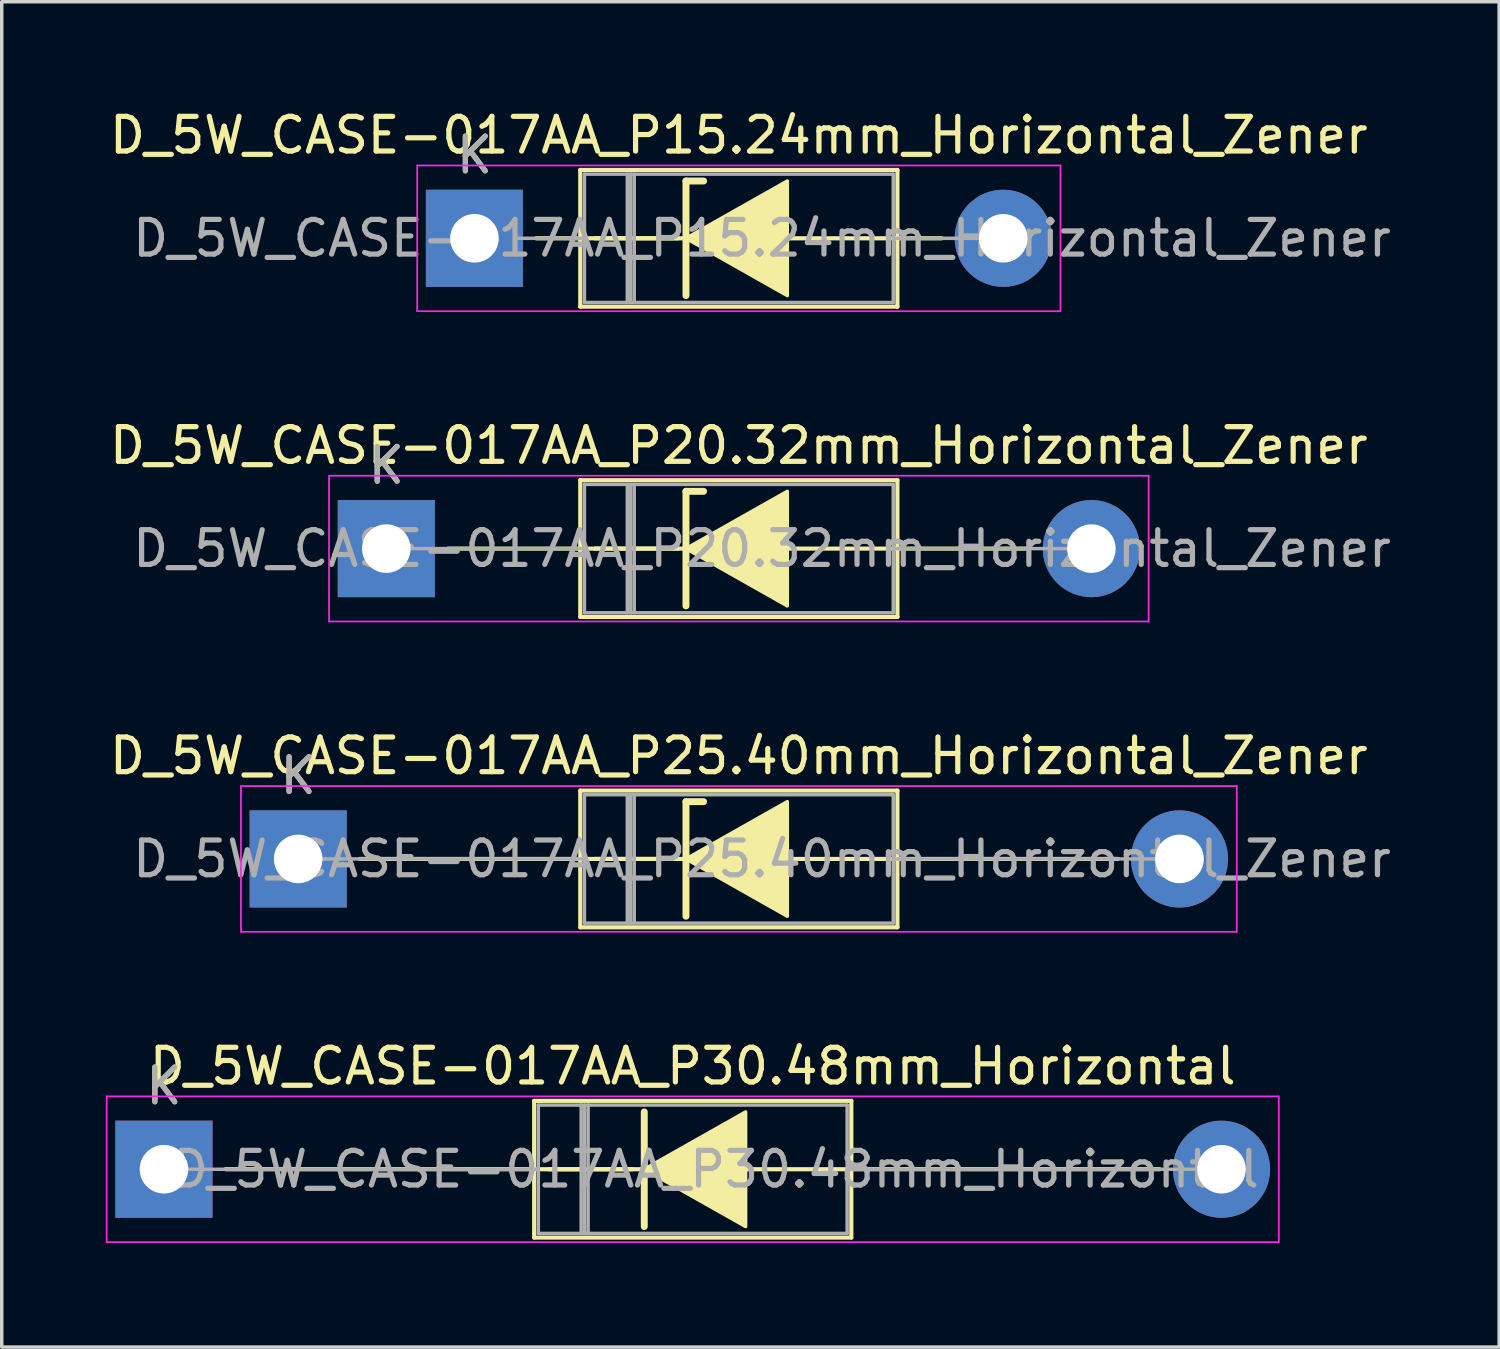
<source format=kicad_pcb>
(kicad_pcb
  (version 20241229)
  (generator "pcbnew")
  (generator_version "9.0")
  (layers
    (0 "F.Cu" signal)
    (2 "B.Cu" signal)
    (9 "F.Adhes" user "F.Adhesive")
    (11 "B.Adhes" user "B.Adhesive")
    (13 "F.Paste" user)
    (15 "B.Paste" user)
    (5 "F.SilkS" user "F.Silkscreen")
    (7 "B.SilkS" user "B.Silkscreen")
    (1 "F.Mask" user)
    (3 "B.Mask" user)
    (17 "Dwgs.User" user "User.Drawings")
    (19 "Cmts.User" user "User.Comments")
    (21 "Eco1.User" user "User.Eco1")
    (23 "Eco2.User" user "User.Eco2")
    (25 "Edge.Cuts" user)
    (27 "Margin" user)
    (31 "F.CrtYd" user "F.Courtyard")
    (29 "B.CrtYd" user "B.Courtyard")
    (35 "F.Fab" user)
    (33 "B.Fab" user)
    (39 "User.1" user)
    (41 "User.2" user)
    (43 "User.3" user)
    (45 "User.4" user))
  (footprint "D_5W_CASE-017AA_P20.32mm_Horizontal_Zener"
    (layer "F.Cu")
    (at 8.084 12.761)
    (property "Reference" "D_5W_CASE-017AA_P20.32mm_Horizontal_Zener" (at 10.16 -2.97 0) (layer "F.SilkS") (effects (font (size 1 1) (thickness 0.15))))
    (fp_line (start 1.778 0) (end 8.41 0) (stroke (width 0.12) (type solid)) (layer "F.SilkS"))
    (fp_line (start 5.59 -1.97) (end 5.59 1.97) (stroke (width 0.12) (type solid)) (layer "F.SilkS"))
    (fp_line (start 5.59 1.97) (end 14.73 1.97) (stroke (width 0.12) (type solid)) (layer "F.SilkS"))
    (fp_line (start 8.636 -1.651) (end 8.636 1.651) (stroke (width 0.2) (type solid)) (layer "F.SilkS"))
    (fp_line (start 8.636 -1.651) (end 9.144 -1.651) (stroke (width 0.2) (type solid)) (layer "F.SilkS"))
    (fp_line (start 8.636 0) (end 6.01 0) (stroke (width 0.12) (type solid)) (layer "F.SilkS"))
    (fp_line (start 14.73 -1.97) (end 5.59 -1.97) (stroke (width 0.12) (type solid)) (layer "F.SilkS"))
    (fp_line (start 14.73 1.97) (end 14.73 -1.97) (stroke (width 0.12) (type solid)) (layer "F.SilkS"))
    (fp_line (start 18.542 0) (end 11.43 0) (stroke (width 0.12) (type solid)) (layer "F.SilkS"))
    (fp_poly (pts (xy 11.557 1.651) (xy 8.636 0) (xy 11.557 -1.651)) (stroke (width 0.1) (type solid)) (fill yes) (layer "F.SilkS"))
    (fp_line (start -1.65 -2.1) (end -1.65 2.1) (stroke (width 0.05) (type solid)) (layer "F.CrtYd"))
    (fp_line (start -1.65 2.1) (end 21.97 2.1) (stroke (width 0.05) (type solid)) (layer "F.CrtYd"))
    (fp_line (start 21.97 -2.1) (end -1.65 -2.1) (stroke (width 0.05) (type solid)) (layer "F.CrtYd"))
    (fp_line (start 21.97 2.1) (end 21.97 -2.1) (stroke (width 0.05) (type solid)) (layer "F.CrtYd"))
    (fp_line (start 0 0) (end 5.71 0) (stroke (width 0.1) (type solid)) (layer "F.Fab"))
    (fp_line (start 5.71 -1.85) (end 5.71 1.85) (stroke (width 0.1) (type solid)) (layer "F.Fab"))
    (fp_line (start 5.71 1.85) (end 14.61 1.85) (stroke (width 0.1) (type solid)) (layer "F.Fab"))
    (fp_line (start 6.945 -1.85) (end 6.945 1.85) (stroke (width 0.1) (type solid)) (layer "F.Fab"))
    (fp_line (start 7.045 -1.85) (end 7.045 1.85) (stroke (width 0.1) (type solid)) (layer "F.Fab"))
    (fp_line (start 7.145 -1.85) (end 7.145 1.85) (stroke (width 0.1) (type solid)) (layer "F.Fab"))
    (fp_line (start 14.61 -1.85) (end 5.71 -1.85) (stroke (width 0.1) (type solid)) (layer "F.Fab"))
    (fp_line (start 14.61 1.85) (end 14.61 -1.85) (stroke (width 0.1) (type solid)) (layer "F.Fab"))
    (fp_line (start 20.32 0) (end 14.61 0) (stroke (width 0.1) (type solid)) (layer "F.Fab"))
    (fp_text user "K" (at 0 -2.4 0) (layer "F.SilkS") (effects (font (size 1 1) (thickness 0.15))))
    (fp_text user "${REFERENCE}" (at 10.828 0 0) (layer "F.Fab") (effects (font (size 1 1) (thickness 0.15))))
    (fp_text user "K" (at 0 -2.4 0) (layer "F.Fab") (effects (font (size 1 1) (thickness 0.15))))
    (pad "1" thru_hole rect (at 0 0) (size 2.8 2.8) (drill 1.4) (layers "*.Cu" "*.Mask"))
    (pad "2" thru_hole oval (at 20.32 0) (size 2.8 2.8) (drill 1.4) (layers "*.Cu" "*.Mask")))
  (footprint "D_5W_CASE-017AA_P15.24mm_Horizontal_Zener"
    (layer "F.Cu")
    (at 10.624 3.818)
    (property "Reference" "D_5W_CASE-017AA_P15.24mm_Horizontal_Zener" (at 7.62 -2.97 0) (layer "F.SilkS") (effects (font (size 1 1) (thickness 0.15))))
    (fp_line (start 1.778 0) (end 6.096 0) (stroke (width 0.12) (type solid)) (layer "F.SilkS"))
    (fp_line (start 3.05 -1.97) (end 3.05 1.97) (stroke (width 0.12) (type solid)) (layer "F.SilkS"))
    (fp_line (start 3.05 1.97) (end 12.19 1.97) (stroke (width 0.12) (type solid)) (layer "F.SilkS"))
    (fp_line (start 5.87 0) (end 3.47 0) (stroke (width 0.12) (type solid)) (layer "F.SilkS"))
    (fp_line (start 6.096 -1.651) (end 6.096 1.651) (stroke (width 0.2) (type solid)) (layer "F.SilkS"))
    (fp_line (start 6.096 -1.651) (end 6.604 -1.651) (stroke (width 0.2) (type solid)) (layer "F.SilkS"))
    (fp_line (start 12.19 -1.97) (end 3.05 -1.97) (stroke (width 0.12) (type solid)) (layer "F.SilkS"))
    (fp_line (start 12.19 1.97) (end 12.19 -1.97) (stroke (width 0.12) (type solid)) (layer "F.SilkS"))
    (fp_line (start 13.462 0) (end 8.89 0) (stroke (width 0.12) (type solid)) (layer "F.SilkS"))
    (fp_poly (pts (xy 9.017 1.651) (xy 6.096 0) (xy 9.017 -1.651)) (stroke (width 0.1) (type solid)) (fill yes) (layer "F.SilkS"))
    (fp_line (start -1.65 -2.1) (end -1.65 2.1) (stroke (width 0.05) (type solid)) (layer "F.CrtYd"))
    (fp_line (start -1.65 2.1) (end 16.89 2.1) (stroke (width 0.05) (type solid)) (layer "F.CrtYd"))
    (fp_line (start 16.89 -2.1) (end -1.65 -2.1) (stroke (width 0.05) (type solid)) (layer "F.CrtYd"))
    (fp_line (start 16.89 2.1) (end 16.89 -2.1) (stroke (width 0.05) (type solid)) (layer "F.CrtYd"))
    (fp_line (start 1.27 0) (end 3.17 0) (stroke (width 0.1) (type solid)) (layer "F.Fab"))
    (fp_line (start 3.17 -1.85) (end 3.17 1.85) (stroke (width 0.1) (type solid)) (layer "F.Fab"))
    (fp_line (start 3.17 1.85) (end 12.07 1.85) (stroke (width 0.1) (type solid)) (layer "F.Fab"))
    (fp_line (start 4.405 -1.85) (end 4.405 1.85) (stroke (width 0.1) (type solid)) (layer "F.Fab"))
    (fp_line (start 4.505 -1.85) (end 4.505 1.85) (stroke (width 0.1) (type solid)) (layer "F.Fab"))
    (fp_line (start 4.605 -1.85) (end 4.605 1.85) (stroke (width 0.1) (type solid)) (layer "F.Fab"))
    (fp_line (start 12.07 -1.85) (end 3.17 -1.85) (stroke (width 0.1) (type solid)) (layer "F.Fab"))
    (fp_line (start 12.07 1.85) (end 12.07 -1.85) (stroke (width 0.1) (type solid)) (layer "F.Fab"))
    (fp_line (start 15.24 0) (end 12.07 0) (stroke (width 0.1) (type solid)) (layer "F.Fab"))
    (fp_text user "K" (at 0 -2.4 0) (layer "F.SilkS") (effects (font (size 1 1) (thickness 0.15))))
    (fp_text user "K" (at 0 -2.4 0) (layer "F.Fab") (effects (font (size 1 1) (thickness 0.15))))
    (fp_text user "${REFERENCE}" (at 8.287 0 0) (layer "F.Fab") (effects (font (size 1 1) (thickness 0.15))))
    (pad "1" thru_hole rect (at 0 0) (size 2.8 2.8) (drill 1.4) (layers "*.Cu" "*.Mask"))
    (pad "2" thru_hole oval (at 15.24 0) (size 2.8 2.8) (drill 1.4) (layers "*.Cu" "*.Mask")))
  (footprint "D_5W_CASE-017AA_P30.48mm_Horizontal"
    (layer "F.Cu")
    (at 1.675 30.648)
    (property "Reference" "D_5W_CASE-017AA_P30.48mm_Horizontal" (at 15.24 -2.97 0) (layer "F.SilkS") (effects (font (size 1 1) (thickness 0.15))))
    (fp_line (start 1.778 0) (end 13.843 0) (stroke (width 0.12) (type solid)) (layer "F.SilkS"))
    (fp_line (start 10.67 -1.97) (end 10.67 1.97) (stroke (width 0.12) (type solid)) (layer "F.SilkS"))
    (fp_line (start 10.67 1.97) (end 19.81 1.97) (stroke (width 0.12) (type solid)) (layer "F.SilkS"))
    (fp_line (start 13.49 0) (end 11.09 0) (stroke (width 0.12) (type solid)) (layer "F.SilkS"))
    (fp_line (start 13.843 -1.651) (end 13.843 1.651) (stroke (width 0.2) (type solid)) (layer "F.SilkS"))
    (fp_line (start 19.81 -1.97) (end 10.67 -1.97) (stroke (width 0.12) (type solid)) (layer "F.SilkS"))
    (fp_line (start 19.81 1.97) (end 19.81 -1.97) (stroke (width 0.12) (type solid)) (layer "F.SilkS"))
    (fp_line (start 28.702 0) (end 16.51 0) (stroke (width 0.12) (type solid)) (layer "F.SilkS"))
    (fp_poly (pts (xy 16.764 1.651) (xy 13.843 0) (xy 16.764 -1.651)) (stroke (width 0.1) (type solid)) (fill yes) (layer "F.SilkS"))
    (fp_line (start -1.65 -2.1) (end -1.65 2.1) (stroke (width 0.05) (type solid)) (layer "F.CrtYd"))
    (fp_line (start -1.65 2.1) (end 32.13 2.1) (stroke (width 0.05) (type solid)) (layer "F.CrtYd"))
    (fp_line (start 32.13 -2.1) (end -1.65 -2.1) (stroke (width 0.05) (type solid)) (layer "F.CrtYd"))
    (fp_line (start 32.13 2.1) (end 32.13 -2.1) (stroke (width 0.05) (type solid)) (layer "F.CrtYd"))
    (fp_line (start 0 0) (end 10.79 0) (stroke (width 0.1) (type solid)) (layer "F.Fab"))
    (fp_line (start 10.79 -1.85) (end 10.79 1.85) (stroke (width 0.1) (type solid)) (layer "F.Fab"))
    (fp_line (start 10.79 1.85) (end 19.69 1.85) (stroke (width 0.1) (type solid)) (layer "F.Fab"))
    (fp_line (start 12.025 -1.85) (end 12.025 1.85) (stroke (width 0.1) (type solid)) (layer "F.Fab"))
    (fp_line (start 12.125 -1.85) (end 12.125 1.85) (stroke (width 0.1) (type solid)) (layer "F.Fab"))
    (fp_line (start 12.225 -1.85) (end 12.225 1.85) (stroke (width 0.1) (type solid)) (layer "F.Fab"))
    (fp_line (start 19.69 -1.85) (end 10.79 -1.85) (stroke (width 0.1) (type solid)) (layer "F.Fab"))
    (fp_line (start 19.69 1.85) (end 19.69 -1.85) (stroke (width 0.1) (type solid)) (layer "F.Fab"))
    (fp_line (start 30.48 0) (end 19.69 0) (stroke (width 0.1) (type solid)) (layer "F.Fab"))
    (fp_text user "K" (at 0 -2.4 0) (layer "F.SilkS") (effects (font (size 1 1) (thickness 0.15))))
    (fp_text user "${REFERENCE}" (at 15.908 0 0) (layer "F.Fab") (effects (font (size 1 1) (thickness 0.15))))
    (fp_text user "K" (at 0 -2.4 0) (layer "F.Fab") (effects (font (size 1 1) (thickness 0.15))))
    (pad "1" thru_hole rect (at 0 0) (size 2.8 2.8) (drill 1.4) (layers "*.Cu" "*.Mask"))
    (pad "2" thru_hole oval (at 30.48 0) (size 2.8 2.8) (drill 1.4) (layers "*.Cu" "*.Mask")))
  (footprint "D_5W_CASE-017AA_P25.40mm_Horizontal_Zener"
    (layer "F.Cu")
    (at 5.544 21.705)
    (property "Reference" "D_5W_CASE-017AA_P25.40mm_Horizontal_Zener" (at 12.7 -2.97 0) (layer "F.SilkS") (effects (font (size 1 1) (thickness 0.15))))
    (fp_line (start 1.778 0) (end 10.95 0) (stroke (width 0.12) (type solid)) (layer "F.SilkS"))
    (fp_line (start 8.13 -1.97) (end 8.13 1.97) (stroke (width 0.12) (type solid)) (layer "F.SilkS"))
    (fp_line (start 8.13 1.97) (end 17.27 1.97) (stroke (width 0.12) (type solid)) (layer "F.SilkS"))
    (fp_line (start 11.176 -1.651) (end 11.176 1.651) (stroke (width 0.2) (type solid)) (layer "F.SilkS"))
    (fp_line (start 11.176 -1.651) (end 11.684 -1.651) (stroke (width 0.2) (type solid)) (layer "F.SilkS"))
    (fp_line (start 11.176 0) (end 8.55 0) (stroke (width 0.12) (type solid)) (layer "F.SilkS"))
    (fp_line (start 17.27 -1.97) (end 8.13 -1.97) (stroke (width 0.12) (type solid)) (layer "F.SilkS"))
    (fp_line (start 17.27 1.97) (end 17.27 -1.97) (stroke (width 0.12) (type solid)) (layer "F.SilkS"))
    (fp_line (start 23.622 0) (end 13.97 0) (stroke (width 0.12) (type solid)) (layer "F.SilkS"))
    (fp_poly (pts (xy 14.097 1.651) (xy 11.176 0) (xy 14.097 -1.651)) (stroke (width 0.1) (type solid)) (fill yes) (layer "F.SilkS"))
    (fp_line (start -1.65 -2.1) (end -1.65 2.1) (stroke (width 0.05) (type solid)) (layer "F.CrtYd"))
    (fp_line (start -1.65 2.1) (end 27.05 2.1) (stroke (width 0.05) (type solid)) (layer "F.CrtYd"))
    (fp_line (start 27.05 -2.1) (end -1.65 -2.1) (stroke (width 0.05) (type solid)) (layer "F.CrtYd"))
    (fp_line (start 27.05 2.1) (end 27.05 -2.1) (stroke (width 0.05) (type solid)) (layer "F.CrtYd"))
    (fp_line (start 0 0) (end 8.25 0) (stroke (width 0.1) (type solid)) (layer "F.Fab"))
    (fp_line (start 8.25 -1.85) (end 8.25 1.85) (stroke (width 0.1) (type solid)) (layer "F.Fab"))
    (fp_line (start 8.25 1.85) (end 17.15 1.85) (stroke (width 0.1) (type solid)) (layer "F.Fab"))
    (fp_line (start 9.485 -1.85) (end 9.485 1.85) (stroke (width 0.1) (type solid)) (layer "F.Fab"))
    (fp_line (start 9.585 -1.85) (end 9.585 1.85) (stroke (width 0.1) (type solid)) (layer "F.Fab"))
    (fp_line (start 9.685 -1.85) (end 9.685 1.85) (stroke (width 0.1) (type solid)) (layer "F.Fab"))
    (fp_line (start 17.15 -1.85) (end 8.25 -1.85) (stroke (width 0.1) (type solid)) (layer "F.Fab"))
    (fp_line (start 17.15 1.85) (end 17.15 -1.85) (stroke (width 0.1) (type solid)) (layer "F.Fab"))
    (fp_line (start 25.4 0) (end 17.15 0) (stroke (width 0.1) (type solid)) (layer "F.Fab"))
    (fp_text user "K" (at 0 -2.4 0) (layer "F.SilkS") (effects (font (size 1 1) (thickness 0.15))))
    (fp_text user "K" (at 0 -2.4 0) (layer "F.Fab") (effects (font (size 1 1) (thickness 0.15))))
    (fp_text user "${REFERENCE}" (at 13.367 0 0) (layer "F.Fab") (effects (font (size 1 1) (thickness 0.15))))
    (pad "1" thru_hole rect (at 0 0) (size 2.8 2.8) (drill 1.4) (layers "*.Cu" "*.Mask"))
    (pad "2" thru_hole oval (at 25.4 0) (size 2.8 2.8) (drill 1.4) (layers "*.Cu" "*.Mask")))
  (gr_rect
    (start -3 -3)
    (end 40.156 35.773)
    (stroke (width 0.1) (type default))
    (fill no)
    (layer "Edge.Cuts")))
</source>
